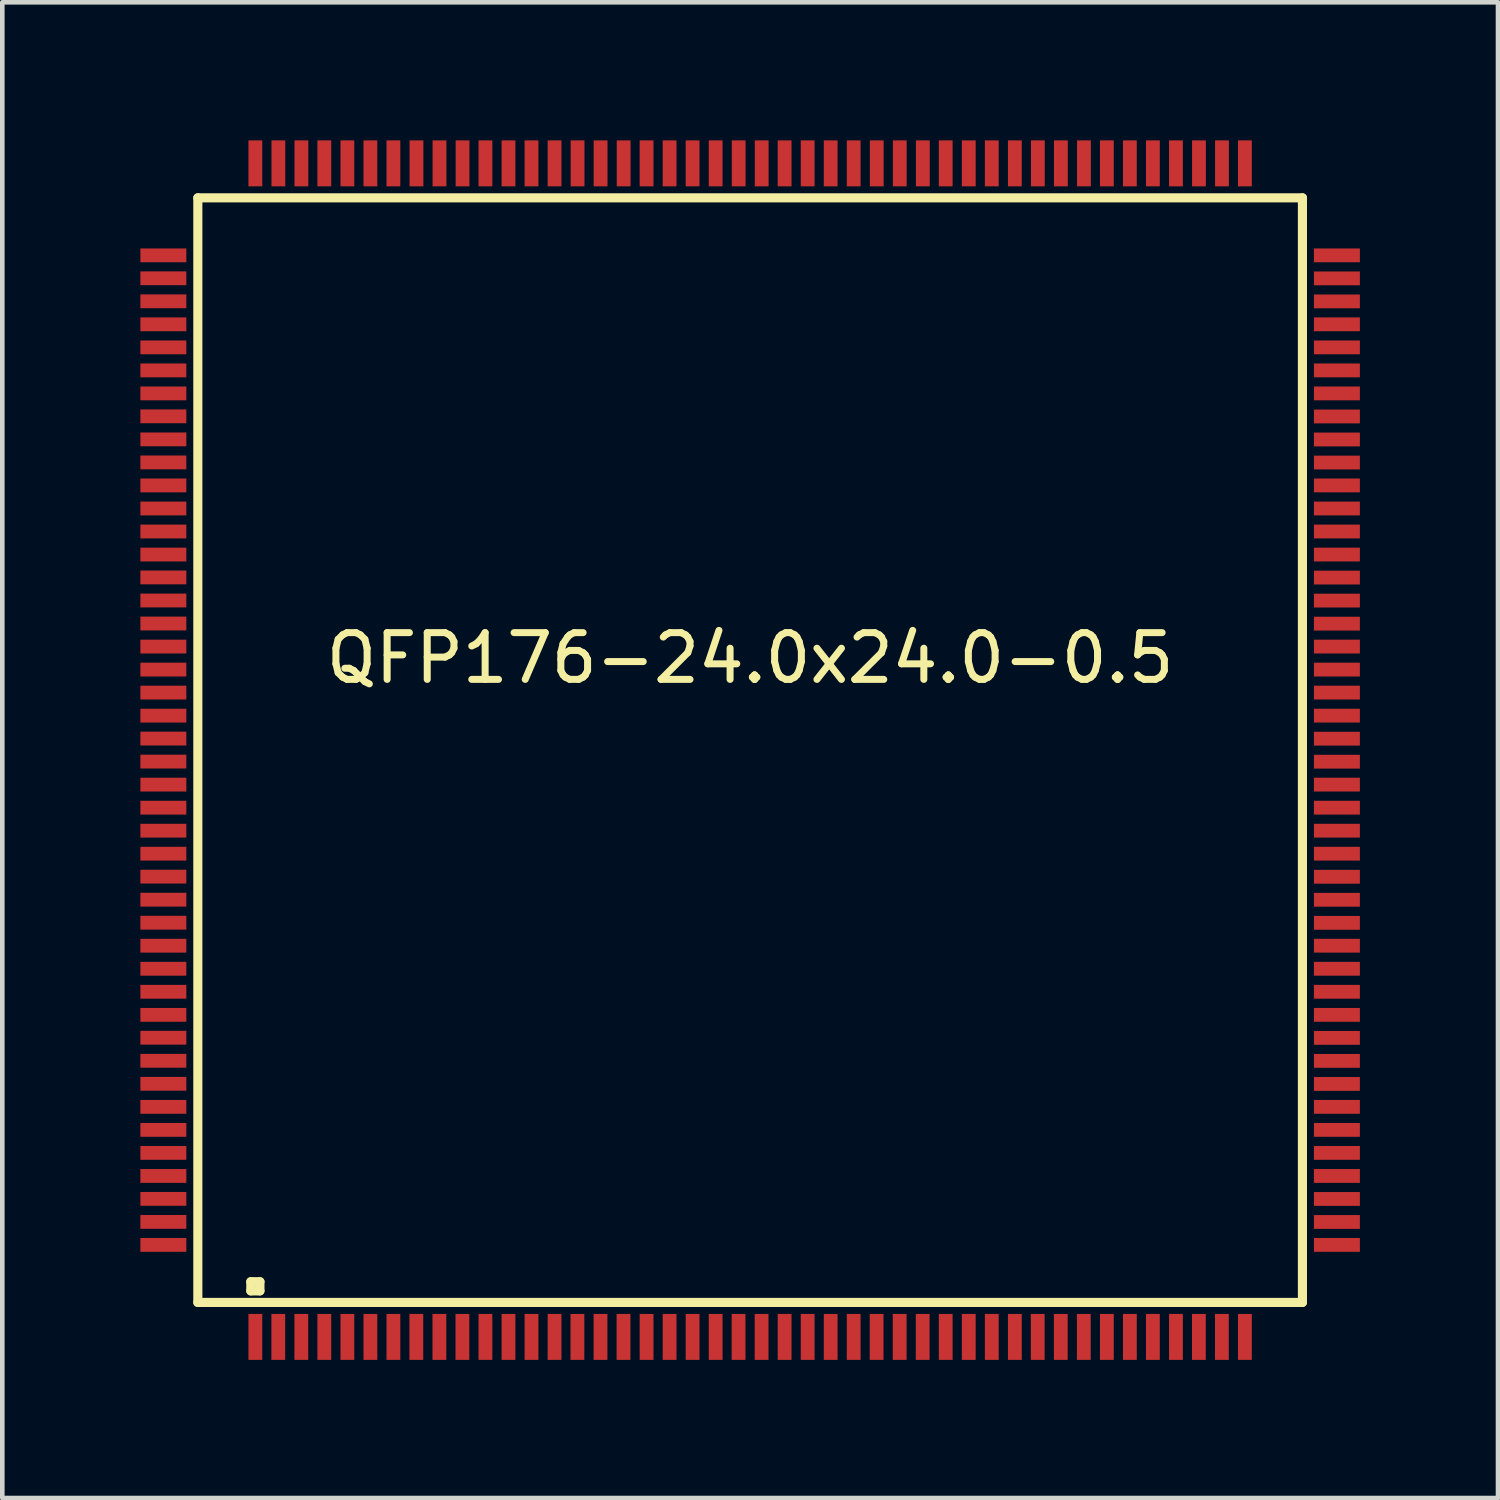
<source format=kicad_pcb>
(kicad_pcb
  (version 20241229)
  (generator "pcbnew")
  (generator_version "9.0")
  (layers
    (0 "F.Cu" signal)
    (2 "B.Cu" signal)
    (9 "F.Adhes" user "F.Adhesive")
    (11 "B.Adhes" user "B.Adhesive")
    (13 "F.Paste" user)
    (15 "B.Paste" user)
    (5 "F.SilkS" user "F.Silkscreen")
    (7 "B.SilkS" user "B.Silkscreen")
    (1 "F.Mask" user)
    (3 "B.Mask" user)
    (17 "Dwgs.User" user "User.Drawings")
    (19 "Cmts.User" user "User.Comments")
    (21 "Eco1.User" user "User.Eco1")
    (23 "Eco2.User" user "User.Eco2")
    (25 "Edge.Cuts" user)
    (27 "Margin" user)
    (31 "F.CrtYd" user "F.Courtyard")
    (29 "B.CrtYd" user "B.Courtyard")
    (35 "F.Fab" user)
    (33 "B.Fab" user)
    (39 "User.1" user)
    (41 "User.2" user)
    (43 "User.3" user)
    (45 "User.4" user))
  (footprint "QFP176-24.0x24.0-0.5"
    (layer "F.Cu")
    (at 13.247 13.247)
    (property "Reference" "QFP176-24.0x24.0-0.5" (at 0 -1.999 0) (layer "F.SilkS") (effects (font (size 1.016 1.016) (thickness 0.152))))
    (attr through_hole)
    (fp_line (start -11.999 -11.999) (end 11.999 -11.999) (stroke (width 0.198) (type solid)) (layer "F.SilkS"))
    (fp_line (start -11.999 11.999) (end -11.999 -11.999) (stroke (width 0.198) (type solid)) (layer "F.SilkS"))
    (fp_line (start -10.848 11.549) (end -10.65 11.549) (stroke (width 0.198) (type solid)) (layer "F.SilkS"))
    (fp_line (start -10.848 11.748) (end -10.848 11.549) (stroke (width 0.198) (type solid)) (layer "F.SilkS"))
    (fp_line (start -10.65 11.549) (end -10.65 11.748) (stroke (width 0.198) (type solid)) (layer "F.SilkS"))
    (fp_line (start -10.65 11.748) (end -10.848 11.748) (stroke (width 0.198) (type solid)) (layer "F.SilkS"))
    (fp_line (start 11.999 -11.999) (end 11.999 11.999) (stroke (width 0.198) (type solid)) (layer "F.SilkS"))
    (fp_line (start 11.999 11.999) (end -11.999 11.999) (stroke (width 0.198) (type solid)) (layer "F.SilkS"))
    (pad "1" smd rect (at -10.749 12.748) (size 0.3 0.998) (layers "*.Mask" "F.Cu"))
    (pad "2" smd rect (at -10.251 12.748) (size 0.3 0.998) (layers "*.Mask" "F.Cu"))
    (pad "3" smd rect (at -9.751 12.748) (size 0.3 0.998) (layers "*.Mask" "F.Cu"))
    (pad "4" smd rect (at -9.251 12.748) (size 0.3 0.998) (layers "*.Mask" "F.Cu"))
    (pad "5" smd rect (at -8.75 12.748) (size 0.3 0.998) (layers "*.Mask" "F.Cu"))
    (pad "6" smd rect (at -8.25 12.748) (size 0.3 0.998) (layers "*.Mask" "F.Cu"))
    (pad "7" smd rect (at -7.75 12.748) (size 0.3 0.998) (layers "*.Mask" "F.Cu"))
    (pad "8" smd rect (at -7.252 12.748) (size 0.3 0.998) (layers "*.Mask" "F.Cu"))
    (pad "9" smd rect (at -6.751 12.748) (size 0.3 0.998) (layers "*.Mask" "F.Cu"))
    (pad "10" smd rect (at -6.251 12.748) (size 0.3 0.998) (layers "*.Mask" "F.Cu"))
    (pad "11" smd rect (at -5.751 12.748) (size 0.3 0.998) (layers "*.Mask" "F.Cu"))
    (pad "12" smd rect (at -5.25 12.748) (size 0.3 0.998) (layers "*.Mask" "F.Cu"))
    (pad "13" smd rect (at -4.75 12.748) (size 0.3 0.998) (layers "*.Mask" "F.Cu"))
    (pad "14" smd rect (at -4.249 12.748) (size 0.3 0.998) (layers "*.Mask" "F.Cu"))
    (pad "15" smd rect (at -3.752 12.748) (size 0.3 0.998) (layers "*.Mask" "F.Cu"))
    (pad "16" smd rect (at -3.251 12.748) (size 0.3 0.998) (layers "*.Mask" "F.Cu"))
    (pad "17" smd rect (at -2.751 12.748) (size 0.3 0.998) (layers "*.Mask" "F.Cu"))
    (pad "18" smd rect (at -2.25 12.748) (size 0.3 0.998) (layers "*.Mask" "F.Cu"))
    (pad "19" smd rect (at -1.75 12.748) (size 0.3 0.998) (layers "*.Mask" "F.Cu"))
    (pad "20" smd rect (at -1.25 12.748) (size 0.3 0.998) (layers "*.Mask" "F.Cu"))
    (pad "21" smd rect (at -0.749 12.748) (size 0.3 0.998) (layers "*.Mask" "F.Cu"))
    (pad "22" smd rect (at -0.251 12.748) (size 0.3 0.998) (layers "*.Mask" "F.Cu"))
    (pad "23" smd rect (at 0.249 12.748) (size 0.3 0.998) (layers "*.Mask" "F.Cu"))
    (pad "24" smd rect (at 0.749 12.748) (size 0.3 0.998) (layers "*.Mask" "F.Cu"))
    (pad "25" smd rect (at 1.25 12.748) (size 0.3 0.998) (layers "*.Mask" "F.Cu"))
    (pad "26" smd rect (at 1.75 12.748) (size 0.3 0.998) (layers "*.Mask" "F.Cu"))
    (pad "27" smd rect (at 2.25 12.748) (size 0.3 0.998) (layers "*.Mask" "F.Cu"))
    (pad "28" smd rect (at 2.748 12.748) (size 0.3 0.998) (layers "*.Mask" "F.Cu"))
    (pad "29" smd rect (at 3.249 12.748) (size 0.3 0.998) (layers "*.Mask" "F.Cu"))
    (pad "30" smd rect (at 3.749 12.748) (size 0.3 0.998) (layers "*.Mask" "F.Cu"))
    (pad "31" smd rect (at 4.249 12.748) (size 0.3 0.998) (layers "*.Mask" "F.Cu"))
    (pad "32" smd rect (at 4.75 12.748) (size 0.3 0.998) (layers "*.Mask" "F.Cu"))
    (pad "33" smd rect (at 5.25 12.748) (size 0.3 0.998) (layers "*.Mask" "F.Cu"))
    (pad "34" smd rect (at 5.751 12.748) (size 0.3 0.998) (layers "*.Mask" "F.Cu"))
    (pad "35" smd rect (at 6.248 12.748) (size 0.3 0.998) (layers "*.Mask" "F.Cu"))
    (pad "36" smd rect (at 6.749 12.748) (size 0.3 0.998) (layers "*.Mask" "F.Cu"))
    (pad "37" smd rect (at 7.249 12.748) (size 0.3 0.998) (layers "*.Mask" "F.Cu"))
    (pad "38" smd rect (at 7.75 12.748) (size 0.3 0.998) (layers "*.Mask" "F.Cu"))
    (pad "39" smd rect (at 8.25 12.748) (size 0.3 0.998) (layers "*.Mask" "F.Cu"))
    (pad "40" smd rect (at 8.75 12.748) (size 0.3 0.998) (layers "*.Mask" "F.Cu"))
    (pad "41" smd rect (at 9.251 12.748) (size 0.3 0.998) (layers "*.Mask" "F.Cu"))
    (pad "42" smd rect (at 9.749 12.748) (size 0.3 0.998) (layers "*.Mask" "F.Cu"))
    (pad "43" smd rect (at 10.249 12.748) (size 0.3 0.998) (layers "*.Mask" "F.Cu"))
    (pad "44" smd rect (at 10.749 12.748) (size 0.3 0.998) (layers "*.Mask" "F.Cu"))
    (pad "45" smd rect (at 12.748 10.749 90) (size 0.3 0.998) (layers "*.Mask" "F.Cu"))
    (pad "46" smd rect (at 12.748 10.251 90) (size 0.3 0.998) (layers "*.Mask" "F.Cu"))
    (pad "47" smd rect (at 12.748 9.751 90) (size 0.3 0.998) (layers "*.Mask" "F.Cu"))
    (pad "48" smd rect (at 12.748 9.251 90) (size 0.3 0.998) (layers "*.Mask" "F.Cu"))
    (pad "49" smd rect (at 12.748 8.75 90) (size 0.3 0.998) (layers "*.Mask" "F.Cu"))
    (pad "50" smd rect (at 12.748 8.25 90) (size 0.3 0.998) (layers "*.Mask" "F.Cu"))
    (pad "51" smd rect (at 12.748 7.75 90) (size 0.3 0.998) (layers "*.Mask" "F.Cu"))
    (pad "52" smd rect (at 12.748 7.252 90) (size 0.3 0.998) (layers "*.Mask" "F.Cu"))
    (pad "53" smd rect (at 12.748 6.751 90) (size 0.3 0.998) (layers "*.Mask" "F.Cu"))
    (pad "54" smd rect (at 12.748 6.251 90) (size 0.3 0.998) (layers "*.Mask" "F.Cu"))
    (pad "55" smd rect (at 12.748 5.751 90) (size 0.3 0.998) (layers "*.Mask" "F.Cu"))
    (pad "56" smd rect (at 12.748 5.25 90) (size 0.3 0.998) (layers "*.Mask" "F.Cu"))
    (pad "57" smd rect (at 12.748 4.75 90) (size 0.3 0.998) (layers "*.Mask" "F.Cu"))
    (pad "58" smd rect (at 12.748 4.249 90) (size 0.3 0.998) (layers "*.Mask" "F.Cu"))
    (pad "59" smd rect (at 12.748 3.752 90) (size 0.3 0.998) (layers "*.Mask" "F.Cu"))
    (pad "60" smd rect (at 12.748 3.251 90) (size 0.3 0.998) (layers "*.Mask" "F.Cu"))
    (pad "61" smd rect (at 12.748 2.751 90) (size 0.3 0.998) (layers "*.Mask" "F.Cu"))
    (pad "62" smd rect (at 12.748 2.25 90) (size 0.3 0.998) (layers "*.Mask" "F.Cu"))
    (pad "63" smd rect (at 12.748 1.75 90) (size 0.3 0.998) (layers "*.Mask" "F.Cu"))
    (pad "64" smd rect (at 12.748 1.25 90) (size 0.3 0.998) (layers "*.Mask" "F.Cu"))
    (pad "65" smd rect (at 12.748 0.749 90) (size 0.3 0.998) (layers "*.Mask" "F.Cu"))
    (pad "66" smd rect (at 12.748 0.251 90) (size 0.3 0.998) (layers "*.Mask" "F.Cu"))
    (pad "67" smd rect (at 12.748 -0.249 90) (size 0.3 0.998) (layers "*.Mask" "F.Cu"))
    (pad "68" smd rect (at 12.748 -0.749 90) (size 0.3 0.998) (layers "*.Mask" "F.Cu"))
    (pad "69" smd rect (at 12.748 -1.25 90) (size 0.3 0.998) (layers "*.Mask" "F.Cu"))
    (pad "70" smd rect (at 12.748 -1.75 90) (size 0.3 0.998) (layers "*.Mask" "F.Cu"))
    (pad "71" smd rect (at 12.748 -2.25 90) (size 0.3 0.998) (layers "*.Mask" "F.Cu"))
    (pad "72" smd rect (at 12.748 -2.748 90) (size 0.3 0.998) (layers "*.Mask" "F.Cu"))
    (pad "73" smd rect (at 12.748 -3.249 90) (size 0.3 0.998) (layers "*.Mask" "F.Cu"))
    (pad "74" smd rect (at 12.748 -3.749 90) (size 0.3 0.998) (layers "*.Mask" "F.Cu"))
    (pad "75" smd rect (at 12.748 -4.249 90) (size 0.3 0.998) (layers "*.Mask" "F.Cu"))
    (pad "76" smd rect (at 12.748 -4.75 90) (size 0.3 0.998) (layers "*.Mask" "F.Cu"))
    (pad "77" smd rect (at 12.748 -5.25 90) (size 0.3 0.998) (layers "*.Mask" "F.Cu"))
    (pad "78" smd rect (at 12.748 -5.751 90) (size 0.3 0.998) (layers "*.Mask" "F.Cu"))
    (pad "79" smd rect (at 12.748 -6.248 90) (size 0.3 0.998) (layers "*.Mask" "F.Cu"))
    (pad "80" smd rect (at 12.748 -6.749 90) (size 0.3 0.998) (layers "*.Mask" "F.Cu"))
    (pad "81" smd rect (at 12.748 -7.249 90) (size 0.3 0.998) (layers "*.Mask" "F.Cu"))
    (pad "82" smd rect (at 12.748 -7.75 90) (size 0.3 0.998) (layers "*.Mask" "F.Cu"))
    (pad "83" smd rect (at 12.748 -8.25 90) (size 0.3 0.998) (layers "*.Mask" "F.Cu"))
    (pad "84" smd rect (at 12.748 -8.75 90) (size 0.3 0.998) (layers "*.Mask" "F.Cu"))
    (pad "85" smd rect (at 12.748 -9.251 90) (size 0.3 0.998) (layers "*.Mask" "F.Cu"))
    (pad "86" smd rect (at 12.748 -9.749 90) (size 0.3 0.998) (layers "*.Mask" "F.Cu"))
    (pad "87" smd rect (at 12.748 -10.249 90) (size 0.3 0.998) (layers "*.Mask" "F.Cu"))
    (pad "88" smd rect (at 12.748 -10.749 90) (size 0.3 0.998) (layers "*.Mask" "F.Cu"))
    (pad "89" smd rect (at 10.749 -12.748) (size 0.3 0.998) (layers "*.Mask" "F.Cu"))
    (pad "90" smd rect (at 10.251 -12.748) (size 0.3 0.998) (layers "*.Mask" "F.Cu"))
    (pad "91" smd rect (at 9.751 -12.748) (size 0.3 0.998) (layers "*.Mask" "F.Cu"))
    (pad "92" smd rect (at 9.251 -12.748) (size 0.3 0.998) (layers "*.Mask" "F.Cu"))
    (pad "93" smd rect (at 8.75 -12.748) (size 0.3 0.998) (layers "*.Mask" "F.Cu"))
    (pad "94" smd rect (at 8.25 -12.748) (size 0.3 0.998) (layers "*.Mask" "F.Cu"))
    (pad "95" smd rect (at 7.75 -12.748) (size 0.3 0.998) (layers "*.Mask" "F.Cu"))
    (pad "96" smd rect (at 7.252 -12.748) (size 0.3 0.998) (layers "*.Mask" "F.Cu"))
    (pad "97" smd rect (at 6.751 -12.748) (size 0.3 0.998) (layers "*.Mask" "F.Cu"))
    (pad "98" smd rect (at 6.251 -12.748) (size 0.3 0.998) (layers "*.Mask" "F.Cu"))
    (pad "99" smd rect (at 5.751 -12.748) (size 0.3 0.998) (layers "*.Mask" "F.Cu"))
    (pad "100" smd rect (at 5.25 -12.748) (size 0.3 0.998) (layers "*.Mask" "F.Cu"))
    (pad "101" smd rect (at 4.75 -12.748) (size 0.3 0.998) (layers "*.Mask" "F.Cu"))
    (pad "102" smd rect (at 4.249 -12.748) (size 0.3 0.998) (layers "*.Mask" "F.Cu"))
    (pad "103" smd rect (at 3.752 -12.748) (size 0.3 0.998) (layers "*.Mask" "F.Cu"))
    (pad "104" smd rect (at 3.251 -12.748) (size 0.3 0.998) (layers "*.Mask" "F.Cu"))
    (pad "105" smd rect (at 2.751 -12.748) (size 0.3 0.998) (layers "*.Mask" "F.Cu"))
    (pad "106" smd rect (at 2.25 -12.748) (size 0.3 0.998) (layers "*.Mask" "F.Cu"))
    (pad "107" smd rect (at 1.75 -12.748) (size 0.3 0.998) (layers "*.Mask" "F.Cu"))
    (pad "108" smd rect (at 1.25 -12.748) (size 0.3 0.998) (layers "*.Mask" "F.Cu"))
    (pad "109" smd rect (at 0.749 -12.748) (size 0.3 0.998) (layers "*.Mask" "F.Cu"))
    (pad "110" smd rect (at 0.251 -12.748) (size 0.3 0.998) (layers "*.Mask" "F.Cu"))
    (pad "111" smd rect (at -0.249 -12.748) (size 0.3 0.998) (layers "*.Mask" "F.Cu"))
    (pad "112" smd rect (at -0.749 -12.748) (size 0.3 0.998) (layers "*.Mask" "F.Cu"))
    (pad "113" smd rect (at -1.25 -12.748) (size 0.3 0.998) (layers "*.Mask" "F.Cu"))
    (pad "114" smd rect (at -1.75 -12.748) (size 0.3 0.998) (layers "*.Mask" "F.Cu"))
    (pad "115" smd rect (at -2.25 -12.748) (size 0.3 0.998) (layers "*.Mask" "F.Cu"))
    (pad "116" smd rect (at -2.748 -12.748) (size 0.3 0.998) (layers "*.Mask" "F.Cu"))
    (pad "117" smd rect (at -3.249 -12.748) (size 0.3 0.998) (layers "*.Mask" "F.Cu"))
    (pad "118" smd rect (at -3.749 -12.748) (size 0.3 0.998) (layers "*.Mask" "F.Cu"))
    (pad "119" smd rect (at -4.249 -12.748) (size 0.3 0.998) (layers "*.Mask" "F.Cu"))
    (pad "120" smd rect (at -4.75 -12.748) (size 0.3 0.998) (layers "*.Mask" "F.Cu"))
    (pad "121" smd rect (at -5.25 -12.748) (size 0.3 0.998) (layers "*.Mask" "F.Cu"))
    (pad "122" smd rect (at -5.751 -12.748) (size 0.3 0.998) (layers "*.Mask" "F.Cu"))
    (pad "123" smd rect (at -6.248 -12.748) (size 0.3 0.998) (layers "*.Mask" "F.Cu"))
    (pad "124" smd rect (at -6.749 -12.748) (size 0.3 0.998) (layers "*.Mask" "F.Cu"))
    (pad "125" smd rect (at -7.249 -12.748) (size 0.3 0.998) (layers "*.Mask" "F.Cu"))
    (pad "126" smd rect (at -7.75 -12.748) (size 0.3 0.998) (layers "*.Mask" "F.Cu"))
    (pad "127" smd rect (at -8.25 -12.748) (size 0.3 0.998) (layers "*.Mask" "F.Cu"))
    (pad "128" smd rect (at -8.75 -12.748) (size 0.3 0.998) (layers "*.Mask" "F.Cu"))
    (pad "129" smd rect (at -9.251 -12.748) (size 0.3 0.998) (layers "*.Mask" "F.Cu"))
    (pad "130" smd rect (at -9.749 -12.748) (size 0.3 0.998) (layers "*.Mask" "F.Cu"))
    (pad "131" smd rect (at -10.249 -12.748) (size 0.3 0.998) (layers "*.Mask" "F.Cu"))
    (pad "132" smd rect (at -10.749 -12.748) (size 0.3 0.998) (layers "*.Mask" "F.Cu"))
    (pad "133" smd rect (at -12.748 -10.749 90) (size 0.3 0.998) (layers "*.Mask" "F.Cu"))
    (pad "134" smd rect (at -12.748 -10.251 90) (size 0.3 0.998) (layers "*.Mask" "F.Cu"))
    (pad "135" smd rect (at -12.748 -9.751 90) (size 0.3 0.998) (layers "*.Mask" "F.Cu"))
    (pad "136" smd rect (at -12.748 -9.251 90) (size 0.3 0.998) (layers "*.Mask" "F.Cu"))
    (pad "137" smd rect (at -12.748 -8.75 90) (size 0.3 0.998) (layers "*.Mask" "F.Cu"))
    (pad "138" smd rect (at -12.748 -8.25 90) (size 0.3 0.998) (layers "*.Mask" "F.Cu"))
    (pad "139" smd rect (at -12.748 -7.75 90) (size 0.3 0.998) (layers "*.Mask" "F.Cu"))
    (pad "140" smd rect (at -12.748 -7.252 90) (size 0.3 0.998) (layers "*.Mask" "F.Cu"))
    (pad "141" smd rect (at -12.748 -6.751 90) (size 0.3 0.998) (layers "*.Mask" "F.Cu"))
    (pad "142" smd rect (at -12.748 -6.251 90) (size 0.3 0.998) (layers "*.Mask" "F.Cu"))
    (pad "143" smd rect (at -12.748 -5.751 90) (size 0.3 0.998) (layers "*.Mask" "F.Cu"))
    (pad "144" smd rect (at -12.748 -5.25 90) (size 0.3 0.998) (layers "*.Mask" "F.Cu"))
    (pad "145" smd rect (at -12.748 -4.75 90) (size 0.3 0.998) (layers "*.Mask" "F.Cu"))
    (pad "146" smd rect (at -12.748 -4.249 90) (size 0.3 0.998) (layers "*.Mask" "F.Cu"))
    (pad "147" smd rect (at -12.748 -3.752 90) (size 0.3 0.998) (layers "*.Mask" "F.Cu"))
    (pad "148" smd rect (at -12.748 -3.251 90) (size 0.3 0.998) (layers "*.Mask" "F.Cu"))
    (pad "149" smd rect (at -12.748 -2.751 90) (size 0.3 0.998) (layers "*.Mask" "F.Cu"))
    (pad "150" smd rect (at -12.748 -2.25 90) (size 0.3 0.998) (layers "*.Mask" "F.Cu"))
    (pad "151" smd rect (at -12.748 -1.75 90) (size 0.3 0.998) (layers "*.Mask" "F.Cu"))
    (pad "152" smd rect (at -12.748 -1.25 90) (size 0.3 0.998) (layers "*.Mask" "F.Cu"))
    (pad "153" smd rect (at -12.748 -0.749 90) (size 0.3 0.998) (layers "*.Mask" "F.Cu"))
    (pad "154" smd rect (at -12.748 -0.251 90) (size 0.3 0.998) (layers "*.Mask" "F.Cu"))
    (pad "155" smd rect (at -12.748 0.249 90) (size 0.3 0.998) (layers "*.Mask" "F.Cu"))
    (pad "156" smd rect (at -12.748 0.749 90) (size 0.3 0.998) (layers "*.Mask" "F.Cu"))
    (pad "157" smd rect (at -12.748 1.25 90) (size 0.3 0.998) (layers "*.Mask" "F.Cu"))
    (pad "158" smd rect (at -12.748 1.75 90) (size 0.3 0.998) (layers "*.Mask" "F.Cu"))
    (pad "159" smd rect (at -12.748 2.25 90) (size 0.3 0.998) (layers "*.Mask" "F.Cu"))
    (pad "160" smd rect (at -12.748 2.748 90) (size 0.3 0.998) (layers "*.Mask" "F.Cu"))
    (pad "161" smd rect (at -12.748 3.249 90) (size 0.3 0.998) (layers "*.Mask" "F.Cu"))
    (pad "162" smd rect (at -12.748 3.749 90) (size 0.3 0.998) (layers "*.Mask" "F.Cu"))
    (pad "163" smd rect (at -12.748 4.249 90) (size 0.3 0.998) (layers "*.Mask" "F.Cu"))
    (pad "164" smd rect (at -12.748 4.75 90) (size 0.3 0.998) (layers "*.Mask" "F.Cu"))
    (pad "165" smd rect (at -12.748 5.25 90) (size 0.3 0.998) (layers "*.Mask" "F.Cu"))
    (pad "166" smd rect (at -12.748 5.751 90) (size 0.3 0.998) (layers "*.Mask" "F.Cu"))
    (pad "167" smd rect (at -12.748 6.248 90) (size 0.3 0.998) (layers "*.Mask" "F.Cu"))
    (pad "168" smd rect (at -12.748 6.749 90) (size 0.3 0.998) (layers "*.Mask" "F.Cu"))
    (pad "169" smd rect (at -12.748 7.249 90) (size 0.3 0.998) (layers "*.Mask" "F.Cu"))
    (pad "170" smd rect (at -12.748 7.75 90) (size 0.3 0.998) (layers "*.Mask" "F.Cu"))
    (pad "171" smd rect (at -12.748 8.25 90) (size 0.3 0.998) (layers "*.Mask" "F.Cu"))
    (pad "172" smd rect (at -12.748 8.75 90) (size 0.3 0.998) (layers "*.Mask" "F.Cu"))
    (pad "173" smd rect (at -12.748 9.251 90) (size 0.3 0.998) (layers "*.Mask" "F.Cu"))
    (pad "174" smd rect (at -12.748 9.749 90) (size 0.3 0.998) (layers "*.Mask" "F.Cu"))
    (pad "175" smd rect (at -12.748 10.249 90) (size 0.3 0.998) (layers "*.Mask" "F.Cu"))
    (pad "176" smd rect (at -12.748 10.749 90) (size 0.3 0.998) (layers "*.Mask" "F.Cu")))
  (gr_rect
    (start -3 -3)
    (end 29.495 29.495)
    (stroke (width 0.1) (type default))
    (fill no)
    (layer "Edge.Cuts")))
</source>
